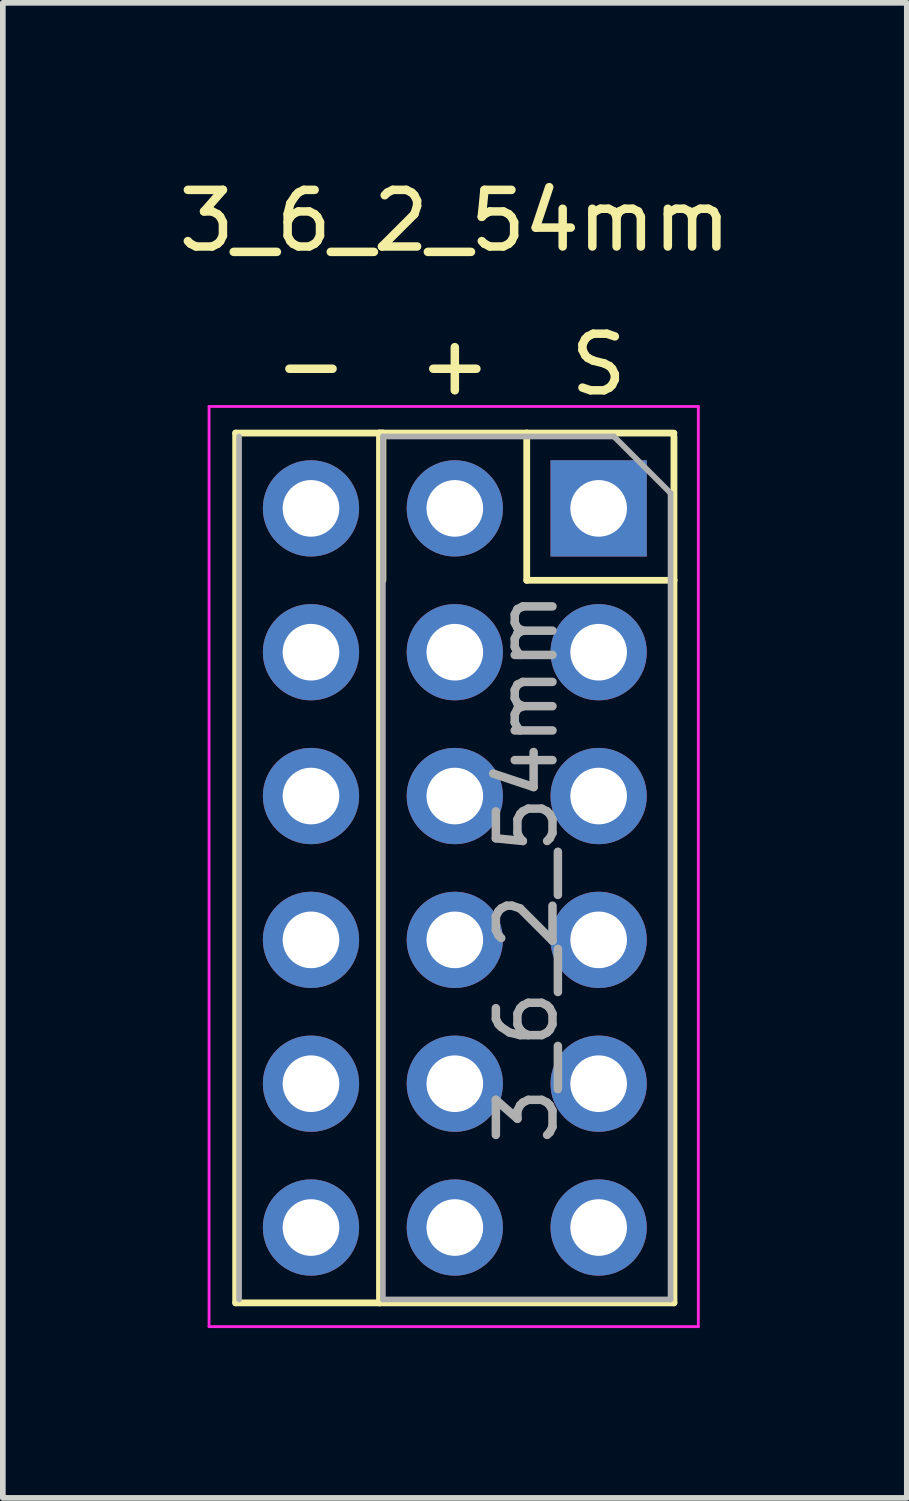
<source format=kicad_pcb>
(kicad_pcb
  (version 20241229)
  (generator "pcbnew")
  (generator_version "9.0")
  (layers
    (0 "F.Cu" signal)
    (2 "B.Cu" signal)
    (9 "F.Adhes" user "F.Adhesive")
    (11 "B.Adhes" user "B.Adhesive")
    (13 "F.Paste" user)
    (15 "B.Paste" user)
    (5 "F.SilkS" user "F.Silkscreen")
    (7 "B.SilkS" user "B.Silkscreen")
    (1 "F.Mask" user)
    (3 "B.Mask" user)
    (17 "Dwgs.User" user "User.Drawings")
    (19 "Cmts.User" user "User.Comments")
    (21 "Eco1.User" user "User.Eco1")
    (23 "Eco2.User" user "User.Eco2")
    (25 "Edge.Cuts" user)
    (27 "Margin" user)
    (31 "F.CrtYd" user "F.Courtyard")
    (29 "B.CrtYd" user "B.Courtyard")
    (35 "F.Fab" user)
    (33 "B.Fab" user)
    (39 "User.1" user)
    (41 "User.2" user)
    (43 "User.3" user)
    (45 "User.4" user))
  (footprint "3_6_2_54mm"
    (layer "F.Cu")
    (at 7.522 5.928)
    (property "Reference" "3_6_2_54mm" (at -2.54 -5.08 0) (layer "F.SilkS") (effects (font (size 1 1) (thickness 0.15))))
    (attr through_hole)
    (fp_line (start -6.41 -1.33) (end -6.41 14.03) (stroke (width 0.12) (type solid)) (layer "F.SilkS"))
    (fp_line (start -6.41 -1.33) (end -3.81 -1.33) (stroke (width 0.12) (type solid)) (layer "F.SilkS"))
    (fp_line (start -6.41 14.03) (end -3.87 14.03) (stroke (width 0.12) (type solid)) (layer "F.SilkS"))
    (fp_line (start -3.87 -1.33) (end -3.87 14.03) (stroke (width 0.12) (type solid)) (layer "F.SilkS"))
    (fp_line (start -3.87 -1.33) (end -1.27 -1.33) (stroke (width 0.12) (type solid)) (layer "F.SilkS"))
    (fp_line (start -3.87 14.03) (end 1.33 14.03) (stroke (width 0.12) (type solid)) (layer "F.SilkS"))
    (fp_line (start -3.81 -1.33) (end -3.81 1.27) (stroke (width 0.12) (type solid)) (layer "F.SilkS"))
    (fp_line (start -1.27 -1.33) (end -1.27 1.27) (stroke (width 0.12) (type solid)) (layer "F.SilkS"))
    (fp_line (start -1.27 -1.33) (end 1.33 -1.33) (stroke (width 0.12) (type solid)) (layer "F.SilkS"))
    (fp_line (start -1.27 1.27) (end 1.33 1.27) (stroke (width 0.12) (type solid)) (layer "F.SilkS"))
    (fp_line (start 1.33 -1.27) (end 1.33 1.27) (stroke (width 0.12) (type solid)) (layer "F.SilkS"))
    (fp_line (start 1.33 1.27) (end 1.33 14.03) (stroke (width 0.12) (type solid)) (layer "F.SilkS"))
    (fp_line (start -6.88 -1.8) (end 1.76 -1.8) (stroke (width 0.05) (type solid)) (layer "F.CrtYd"))
    (fp_line (start -6.88 14.45) (end -6.88 -1.8) (stroke (width 0.05) (type solid)) (layer "F.CrtYd"))
    (fp_line (start 1.76 -1.8) (end 1.76 14.45) (stroke (width 0.05) (type solid)) (layer "F.CrtYd"))
    (fp_line (start 1.76 14.45) (end -6.88 14.45) (stroke (width 0.05) (type solid)) (layer "F.CrtYd"))
    (fp_line (start -6.35 13.97) (end -6.35 -1.27) (stroke (width 0.1) (type solid)) (layer "F.Fab"))
    (fp_line (start -3.81 -1.27) (end 0.27 -1.27) (stroke (width 0.1) (type solid)) (layer "F.Fab"))
    (fp_line (start -3.81 13.97) (end -3.81 -1.27) (stroke (width 0.1) (type solid)) (layer "F.Fab"))
    (fp_line (start 0.27 -1.27) (end 1.27 -0.27) (stroke (width 0.1) (type solid)) (layer "F.Fab"))
    (fp_line (start 1.27 -0.27) (end 1.27 13.97) (stroke (width 0.1) (type solid)) (layer "F.Fab"))
    (fp_line (start 1.27 13.97) (end -3.81 13.97) (stroke (width 0.1) (type solid)) (layer "F.Fab"))
    (fp_text user "-" (at -5.08 -2.54 0) (layer "F.SilkS") (effects (font (size 1 1) (thickness 0.15))))
    (fp_text user "S" (at 0 -2.54 0) (layer "F.SilkS") (effects (font (size 1 1) (thickness 0.15))))
    (fp_text user "+" (at -2.54 -2.54 0) (layer "F.SilkS") (effects (font (size 1 1) (thickness 0.15))))
    (fp_text user "${REFERENCE}" (at -1.27 6.35 90) (layer "F.Fab") (effects (font (size 1 1) (thickness 0.15))))
    (pad "1" thru_hole rect (at 0 0) (size 1.7 1.7) (drill 1) (layers "*.Cu" "*.Mask"))
    (pad "2" thru_hole oval (at -2.54 0) (size 1.7 1.7) (drill 1) (layers "*.Cu" "*.Mask"))
    (pad "3" thru_hole oval (at -5.08 0) (size 1.7 1.7) (drill 1) (layers "*.Cu" "*.Mask"))
    (pad "4" thru_hole oval (at 0 2.54) (size 1.7 1.7) (drill 1) (layers "*.Cu" "*.Mask"))
    (pad "5" thru_hole oval (at -2.54 2.54) (size 1.7 1.7) (drill 1) (layers "*.Cu" "*.Mask"))
    (pad "6" thru_hole oval (at -5.08 2.54) (size 1.7 1.7) (drill 1) (layers "*.Cu" "*.Mask"))
    (pad "7" thru_hole oval (at 0 5.08) (size 1.7 1.7) (drill 1) (layers "*.Cu" "*.Mask"))
    (pad "8" thru_hole oval (at -2.54 5.08) (size 1.7 1.7) (drill 1) (layers "*.Cu" "*.Mask"))
    (pad "9" thru_hole oval (at -5.08 5.08) (size 1.7 1.7) (drill 1) (layers "*.Cu" "*.Mask"))
    (pad "10" thru_hole oval (at 0 7.62) (size 1.7 1.7) (drill 1) (layers "*.Cu" "*.Mask"))
    (pad "11" thru_hole oval (at -2.54 7.62) (size 1.7 1.7) (drill 1) (layers "*.Cu" "*.Mask"))
    (pad "12" thru_hole oval (at -5.08 7.62) (size 1.7 1.7) (drill 1) (layers "*.Cu" "*.Mask"))
    (pad "13" thru_hole oval (at 0 10.16) (size 1.7 1.7) (drill 1) (layers "*.Cu" "*.Mask"))
    (pad "14" thru_hole oval (at -2.54 10.16) (size 1.7 1.7) (drill 1) (layers "*.Cu" "*.Mask"))
    (pad "15" thru_hole oval (at -5.08 10.16) (size 1.7 1.7) (drill 1) (layers "*.Cu" "*.Mask"))
    (pad "16" thru_hole oval (at 0 12.7) (size 1.7 1.7) (drill 1) (layers "*.Cu" "*.Mask"))
    (pad "17" thru_hole oval (at -2.54 12.7) (size 1.7 1.7) (drill 1) (layers "*.Cu" "*.Mask"))
    (pad "18" thru_hole oval (at -5.08 12.7) (size 1.7 1.7) (drill 1) (layers "*.Cu" "*.Mask")))
  (gr_rect
    (start -3 -3)
    (end 12.964 23.403)
    (stroke (width 0.1) (type default))
    (fill no)
    (layer "Edge.Cuts")))
</source>
